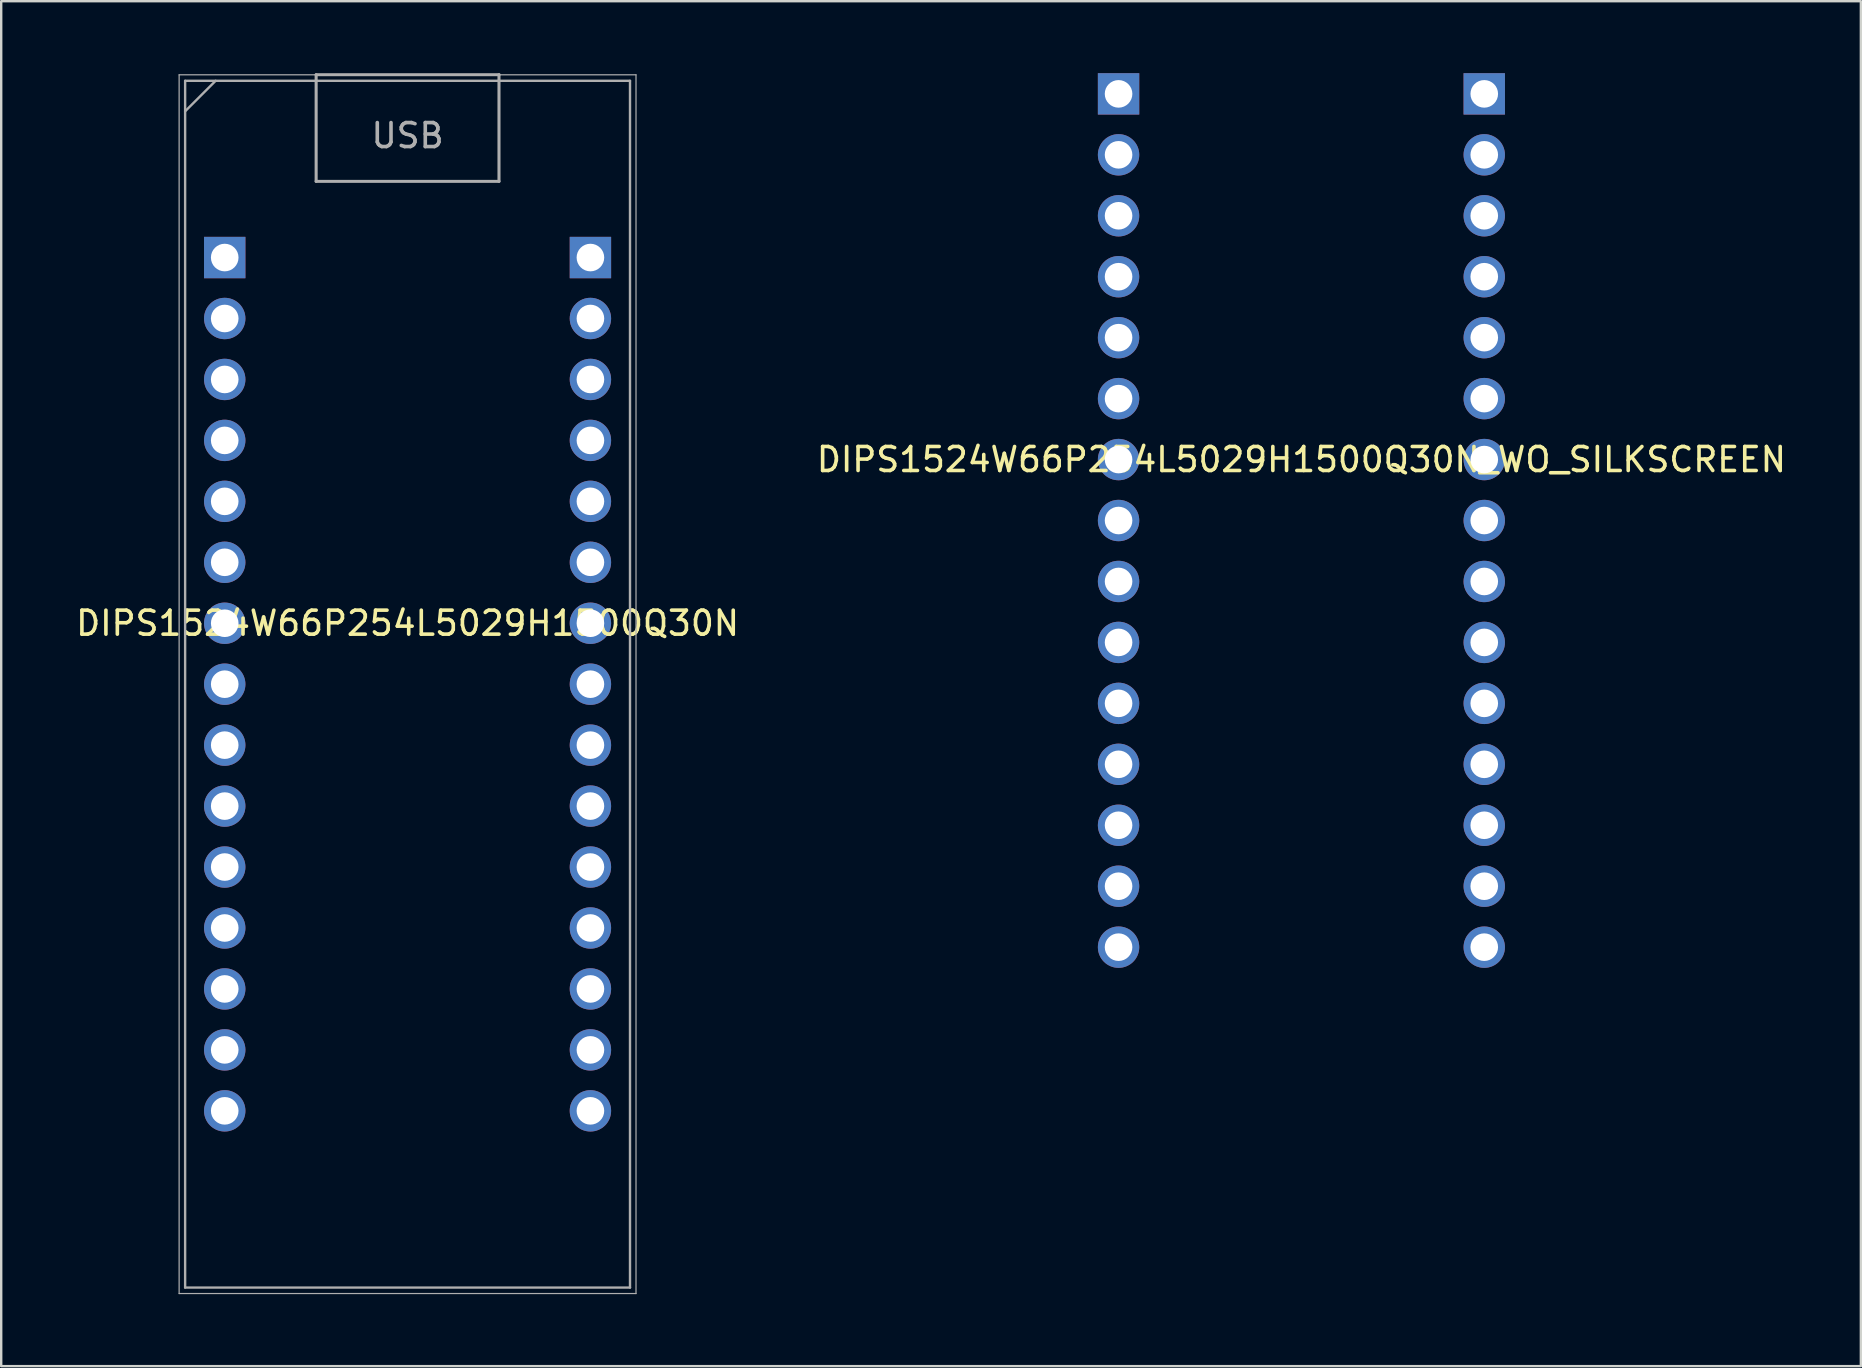
<source format=kicad_pcb>
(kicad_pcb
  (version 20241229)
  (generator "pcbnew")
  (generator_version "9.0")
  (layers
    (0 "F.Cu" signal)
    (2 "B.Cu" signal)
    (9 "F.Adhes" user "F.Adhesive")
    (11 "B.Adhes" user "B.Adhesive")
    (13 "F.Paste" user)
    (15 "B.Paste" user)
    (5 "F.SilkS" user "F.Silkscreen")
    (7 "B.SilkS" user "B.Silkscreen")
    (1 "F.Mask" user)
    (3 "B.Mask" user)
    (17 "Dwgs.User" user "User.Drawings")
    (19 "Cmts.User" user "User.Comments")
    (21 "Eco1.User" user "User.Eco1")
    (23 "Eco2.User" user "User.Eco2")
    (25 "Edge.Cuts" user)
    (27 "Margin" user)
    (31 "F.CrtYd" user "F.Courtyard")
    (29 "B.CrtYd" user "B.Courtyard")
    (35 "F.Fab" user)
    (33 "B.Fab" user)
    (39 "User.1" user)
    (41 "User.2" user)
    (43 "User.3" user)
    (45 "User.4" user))
  (footprint "DIPS1524W66P254L5029H1500Q30N_WO_SILKSCREEN"
    (layer "F.Cu")
    (at 51.185 18.642)
    (property "Reference" "DIPS1524W66P254L5029H1500Q30N_WO_SILKSCREEN" (at 0 -2.54 0) (layer "F.SilkS") (effects (font (size 1 1) (thickness 0.15))))
    (attr through_hole)
    (pad "1" thru_hole rect (at -7.62 -17.78) (size 1.725 1.725) (drill 1.15) (layers "*.Cu" "*.Mask"))
    (pad "2" thru_hole circle (at -7.62 -15.24) (size 1.725 1.725) (drill 1.15) (layers "*.Cu" "*.Mask"))
    (pad "3" thru_hole circle (at -7.62 -12.7) (size 1.725 1.725) (drill 1.15) (layers "*.Cu" "*.Mask"))
    (pad "4" thru_hole circle (at -7.62 -10.16) (size 1.725 1.725) (drill 1.15) (layers "*.Cu" "*.Mask"))
    (pad "5" thru_hole circle (at -7.62 -7.62) (size 1.725 1.725) (drill 1.15) (layers "*.Cu" "*.Mask"))
    (pad "6" thru_hole circle (at -7.62 -5.08) (size 1.725 1.725) (drill 1.15) (layers "*.Cu" "*.Mask"))
    (pad "7" thru_hole circle (at -7.62 -2.54) (size 1.725 1.725) (drill 1.15) (layers "*.Cu" "*.Mask"))
    (pad "8" thru_hole circle (at -7.62 0) (size 1.725 1.725) (drill 1.15) (layers "*.Cu" "*.Mask"))
    (pad "9" thru_hole circle (at -7.62 2.54) (size 1.725 1.725) (drill 1.15) (layers "*.Cu" "*.Mask"))
    (pad "10" thru_hole circle (at -7.62 5.08) (size 1.725 1.725) (drill 1.15) (layers "*.Cu" "*.Mask"))
    (pad "11" thru_hole circle (at -7.62 7.62) (size 1.725 1.725) (drill 1.15) (layers "*.Cu" "*.Mask"))
    (pad "12" thru_hole circle (at -7.62 10.16) (size 1.725 1.725) (drill 1.15) (layers "*.Cu" "*.Mask"))
    (pad "13" thru_hole circle (at -7.62 12.7) (size 1.725 1.725) (drill 1.15) (layers "*.Cu" "*.Mask"))
    (pad "14" thru_hole circle (at -7.62 15.24) (size 1.725 1.725) (drill 1.15) (layers "*.Cu" "*.Mask"))
    (pad "15" thru_hole circle (at -7.62 17.78) (size 1.725 1.725) (drill 1.15) (layers "*.Cu" "*.Mask"))
    (pad "16" thru_hole circle (at 7.62 17.78) (size 1.725 1.725) (drill 1.15) (layers "*.Cu" "*.Mask"))
    (pad "17" thru_hole circle (at 7.62 15.24) (size 1.725 1.725) (drill 1.15) (layers "*.Cu" "*.Mask"))
    (pad "18" thru_hole circle (at 7.62 12.7) (size 1.725 1.725) (drill 1.15) (layers "*.Cu" "*.Mask"))
    (pad "19" thru_hole circle (at 7.62 10.16) (size 1.725 1.725) (drill 1.15) (layers "*.Cu" "*.Mask"))
    (pad "20" thru_hole circle (at 7.62 7.62) (size 1.725 1.725) (drill 1.15) (layers "*.Cu" "*.Mask"))
    (pad "21" thru_hole circle (at 7.62 5.08) (size 1.725 1.725) (drill 1.15) (layers "*.Cu" "*.Mask"))
    (pad "22" thru_hole circle (at 7.62 2.54) (size 1.725 1.725) (drill 1.15) (layers "*.Cu" "*.Mask"))
    (pad "23" thru_hole circle (at 7.62 0) (size 1.725 1.725) (drill 1.15) (layers "*.Cu" "*.Mask"))
    (pad "24" thru_hole circle (at 7.62 -2.54) (size 1.725 1.725) (drill 1.15) (layers "*.Cu" "*.Mask"))
    (pad "25" thru_hole circle (at 7.62 -5.08) (size 1.725 1.725) (drill 1.15) (layers "*.Cu" "*.Mask"))
    (pad "26" thru_hole circle (at 7.62 -7.62) (size 1.725 1.725) (drill 1.15) (layers "*.Cu" "*.Mask"))
    (pad "27" thru_hole circle (at 7.62 -10.16) (size 1.725 1.725) (drill 1.15) (layers "*.Cu" "*.Mask"))
    (pad "28" thru_hole circle (at 7.62 -12.7) (size 1.725 1.725) (drill 1.15) (layers "*.Cu" "*.Mask"))
    (pad "29" thru_hole circle (at 7.62 -15.24) (size 1.725 1.725) (drill 1.15) (layers "*.Cu" "*.Mask"))
    (pad "30" thru_hole rect (at 7.62 -17.78) (size 1.725 1.725) (drill 1.15) (layers "*.Cu" "*.Mask")))
  (footprint "DIPS1524W66P254L5029H1500Q30N"
    (layer "F.Cu")
    (at 13.935 25.463)
    (property "Reference" "DIPS1524W66P254L5029H1500Q30N" (at 0 -2.54 0) (layer "F.SilkS") (effects (font (size 1 1) (thickness 0.15))))
    (attr through_hole)
    (fp_line (start -9.52 -25.395) (end 9.52 -25.395) (stroke (width 0.05) (type solid)) (layer "F.Fab"))
    (fp_line (start -9.52 25.395) (end -9.52 -25.395) (stroke (width 0.05) (type solid)) (layer "F.Fab"))
    (fp_line (start -9.27 -25.145) (end 9.27 -25.145) (stroke (width 0.1) (type solid)) (layer "F.Fab"))
    (fp_line (start -9.27 -23.875) (end -8 -25.145) (stroke (width 0.1) (type solid)) (layer "F.Fab"))
    (fp_line (start -9.27 25.145) (end -9.27 -25.145) (stroke (width 0.1) (type solid)) (layer "F.Fab"))
    (fp_line (start -3.81 -25.4) (end -3.81 -20.955) (stroke (width 0.127) (type solid)) (layer "F.Fab"))
    (fp_line (start -3.81 -20.955) (end 3.81 -20.955) (stroke (width 0.127) (type solid)) (layer "F.Fab"))
    (fp_line (start 3.81 -25.4) (end -3.81 -25.4) (stroke (width 0.127) (type solid)) (layer "F.Fab"))
    (fp_line (start 3.81 -20.955) (end 3.81 -25.4) (stroke (width 0.127) (type solid)) (layer "F.Fab"))
    (fp_line (start 9.27 -25.145) (end 9.27 25.145) (stroke (width 0.1) (type solid)) (layer "F.Fab"))
    (fp_line (start 9.27 25.145) (end -9.27 25.145) (stroke (width 0.1) (type solid)) (layer "F.Fab"))
    (fp_line (start 9.52 -25.395) (end 9.52 25.395) (stroke (width 0.05) (type solid)) (layer "F.Fab"))
    (fp_line (start 9.52 25.395) (end -9.52 25.395) (stroke (width 0.05) (type solid)) (layer "F.Fab"))
    (fp_text user "USB" (at 0 -22.86 0) (layer "F.Fab") (effects (font (size 1 1) (thickness 0.15))))
    (pad "1" thru_hole rect (at -7.62 -17.78) (size 1.725 1.725) (drill 1.15) (layers "*.Cu" "*.Mask"))
    (pad "2" thru_hole circle (at -7.62 -15.24) (size 1.725 1.725) (drill 1.15) (layers "*.Cu" "*.Mask"))
    (pad "3" thru_hole circle (at -7.62 -12.7) (size 1.725 1.725) (drill 1.15) (layers "*.Cu" "*.Mask"))
    (pad "4" thru_hole circle (at -7.62 -10.16) (size 1.725 1.725) (drill 1.15) (layers "*.Cu" "*.Mask"))
    (pad "5" thru_hole circle (at -7.62 -7.62) (size 1.725 1.725) (drill 1.15) (layers "*.Cu" "*.Mask"))
    (pad "6" thru_hole circle (at -7.62 -5.08) (size 1.725 1.725) (drill 1.15) (layers "*.Cu" "*.Mask"))
    (pad "7" thru_hole circle (at -7.62 -2.54) (size 1.725 1.725) (drill 1.15) (layers "*.Cu" "*.Mask"))
    (pad "8" thru_hole circle (at -7.62 0) (size 1.725 1.725) (drill 1.15) (layers "*.Cu" "*.Mask"))
    (pad "9" thru_hole circle (at -7.62 2.54) (size 1.725 1.725) (drill 1.15) (layers "*.Cu" "*.Mask"))
    (pad "10" thru_hole circle (at -7.62 5.08) (size 1.725 1.725) (drill 1.15) (layers "*.Cu" "*.Mask"))
    (pad "11" thru_hole circle (at -7.62 7.62) (size 1.725 1.725) (drill 1.15) (layers "*.Cu" "*.Mask"))
    (pad "12" thru_hole circle (at -7.62 10.16) (size 1.725 1.725) (drill 1.15) (layers "*.Cu" "*.Mask"))
    (pad "13" thru_hole circle (at -7.62 12.7) (size 1.725 1.725) (drill 1.15) (layers "*.Cu" "*.Mask"))
    (pad "14" thru_hole circle (at -7.62 15.24) (size 1.725 1.725) (drill 1.15) (layers "*.Cu" "*.Mask"))
    (pad "15" thru_hole circle (at -7.62 17.78) (size 1.725 1.725) (drill 1.15) (layers "*.Cu" "*.Mask"))
    (pad "16" thru_hole circle (at 7.62 17.78) (size 1.725 1.725) (drill 1.15) (layers "*.Cu" "*.Mask"))
    (pad "17" thru_hole circle (at 7.62 15.24) (size 1.725 1.725) (drill 1.15) (layers "*.Cu" "*.Mask"))
    (pad "18" thru_hole circle (at 7.62 12.7) (size 1.725 1.725) (drill 1.15) (layers "*.Cu" "*.Mask"))
    (pad "19" thru_hole circle (at 7.62 10.16) (size 1.725 1.725) (drill 1.15) (layers "*.Cu" "*.Mask"))
    (pad "20" thru_hole circle (at 7.62 7.62) (size 1.725 1.725) (drill 1.15) (layers "*.Cu" "*.Mask"))
    (pad "21" thru_hole circle (at 7.62 5.08) (size 1.725 1.725) (drill 1.15) (layers "*.Cu" "*.Mask"))
    (pad "22" thru_hole circle (at 7.62 2.54) (size 1.725 1.725) (drill 1.15) (layers "*.Cu" "*.Mask"))
    (pad "23" thru_hole circle (at 7.62 0) (size 1.725 1.725) (drill 1.15) (layers "*.Cu" "*.Mask"))
    (pad "24" thru_hole circle (at 7.62 -2.54) (size 1.725 1.725) (drill 1.15) (layers "*.Cu" "*.Mask"))
    (pad "25" thru_hole circle (at 7.62 -5.08) (size 1.725 1.725) (drill 1.15) (layers "*.Cu" "*.Mask"))
    (pad "26" thru_hole circle (at 7.62 -7.62) (size 1.725 1.725) (drill 1.15) (layers "*.Cu" "*.Mask"))
    (pad "27" thru_hole circle (at 7.62 -10.16) (size 1.725 1.725) (drill 1.15) (layers "*.Cu" "*.Mask"))
    (pad "28" thru_hole circle (at 7.62 -12.7) (size 1.725 1.725) (drill 1.15) (layers "*.Cu" "*.Mask"))
    (pad "29" thru_hole circle (at 7.62 -15.24) (size 1.725 1.725) (drill 1.15) (layers "*.Cu" "*.Mask"))
    (pad "30" thru_hole rect (at 7.62 -17.78) (size 1.725 1.725) (drill 1.15) (layers "*.Cu" "*.Mask")))
  (gr_rect
    (start -3 -3)
    (end 74.5 53.883)
    (stroke (width 0.1) (type default))
    (fill no)
    (layer "Edge.Cuts")))
</source>
